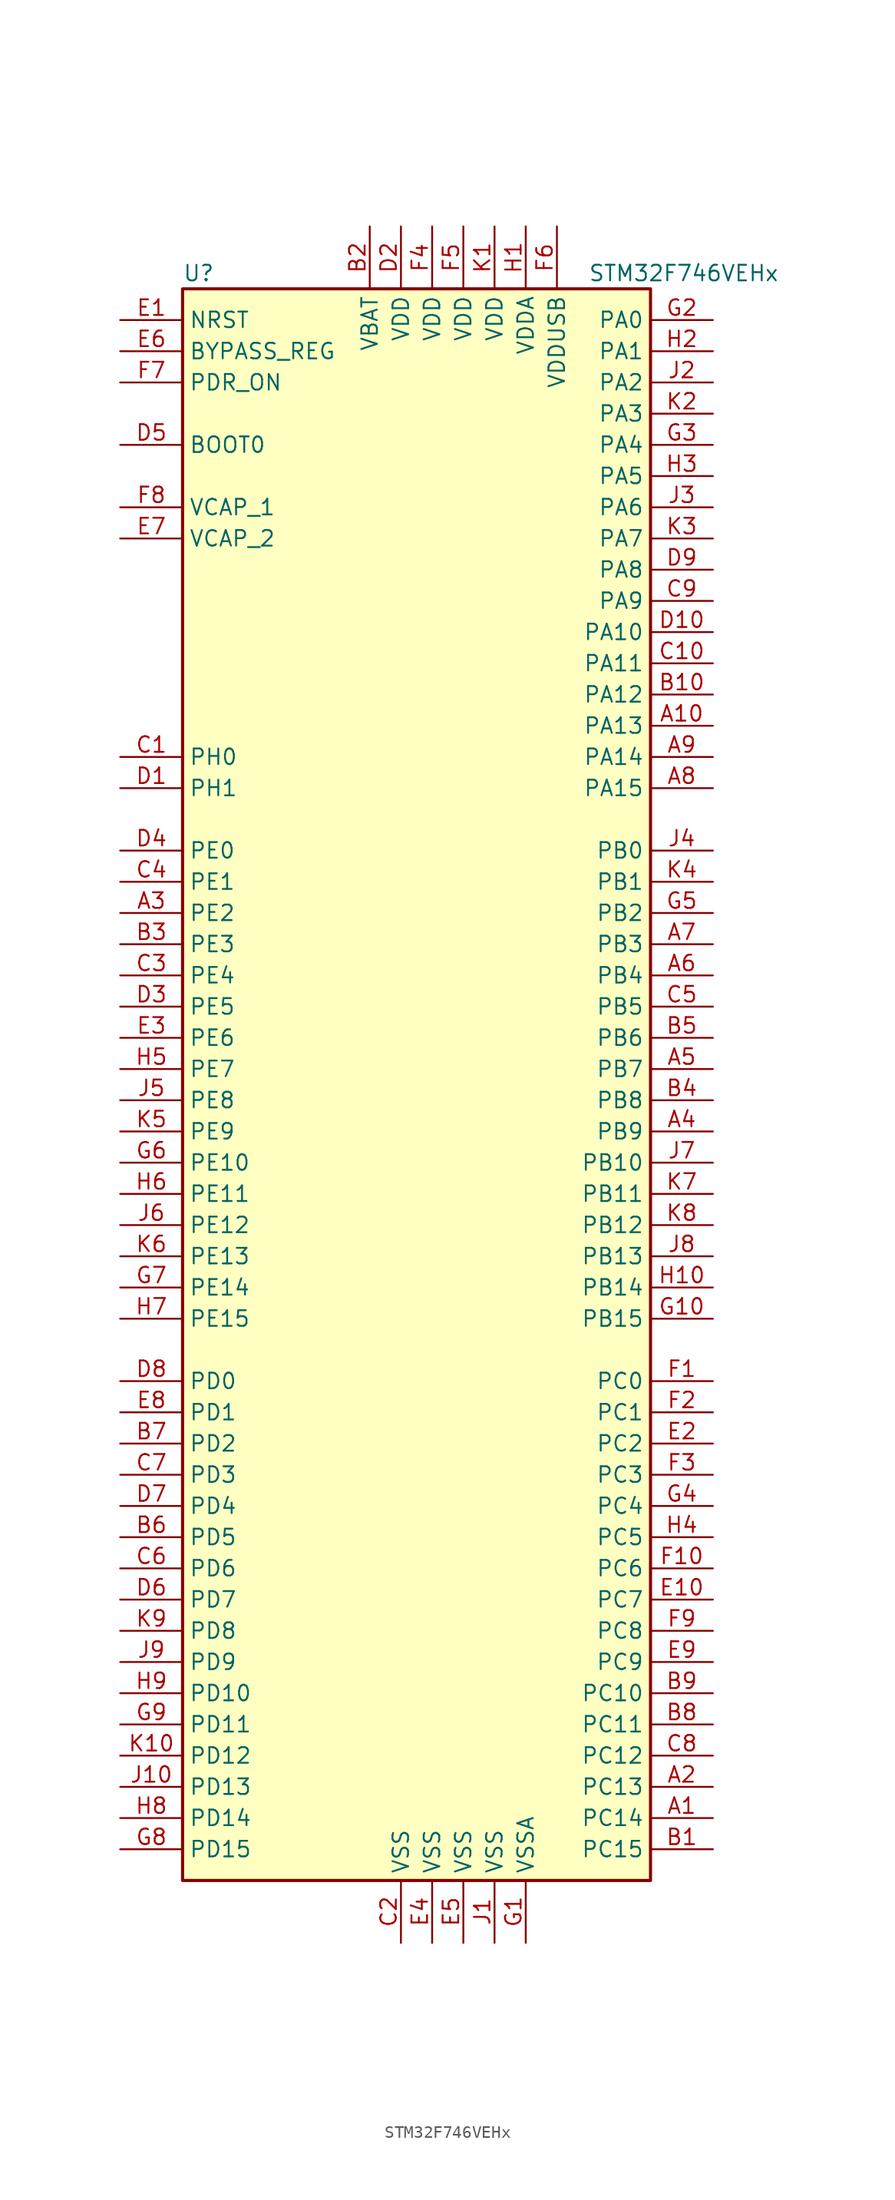
<source format=kicad_sym>
(kicad_symbol_lib
  (version 20211014)
  (generator kicad_symbol_editor)
  (symbol "STM32F746VEHx"
    (property "Reference" "U"
      (at -20.32 64.77 0)
      (effects (font (size 1.27 1.27)) (justify left)))
    (property "Value" "STM32F746VEHx"
      (at 12.7 64.77 0)
      (effects (font (size 1.27 1.27)) (justify left)))
    (symbol "STM32F746VEHx_0_1"
      (rectangle (start -20.32 -66.04) (end 17.78 63.5) (stroke (width 0.254) (type default) (color 0 0 0 0)) (fill (type background))))
    (symbol "STM32F746VEHx_1_1"
      (pin bidirectional line (at 22.86 -60.96 180) (length 5.08) (name "PC14" (effects (font (size 1.27 1.27)))) (number "A1" (effects (font (size 1.27 1.27)))))
      (pin bidirectional line (at 22.86 27.94 180) (length 5.08) (name "PA13" (effects (font (size 1.27 1.27)))) (number "A10" (effects (font (size 1.27 1.27)))))
      (pin bidirectional line (at 22.86 -58.42 180) (length 5.08) (name "PC13" (effects (font (size 1.27 1.27)))) (number "A2" (effects (font (size 1.27 1.27)))))
      (pin bidirectional line (at -25.4 12.7 0) (length 5.08) (name "PE2" (effects (font (size 1.27 1.27)))) (number "A3" (effects (font (size 1.27 1.27)))))
      (pin bidirectional line (at 22.86 -5.08 180) (length 5.08) (name "PB9" (effects (font (size 1.27 1.27)))) (number "A4" (effects (font (size 1.27 1.27)))))
      (pin bidirectional line (at 22.86 0 180) (length 5.08) (name "PB7" (effects (font (size 1.27 1.27)))) (number "A5" (effects (font (size 1.27 1.27)))))
      (pin bidirectional line (at 22.86 7.62 180) (length 5.08) (name "PB4" (effects (font (size 1.27 1.27)))) (number "A6" (effects (font (size 1.27 1.27)))))
      (pin bidirectional line (at 22.86 10.16 180) (length 5.08) (name "PB3" (effects (font (size 1.27 1.27)))) (number "A7" (effects (font (size 1.27 1.27)))))
      (pin bidirectional line (at 22.86 22.86 180) (length 5.08) (name "PA15" (effects (font (size 1.27 1.27)))) (number "A8" (effects (font (size 1.27 1.27)))))
      (pin bidirectional line (at 22.86 25.4 180) (length 5.08) (name "PA14" (effects (font (size 1.27 1.27)))) (number "A9" (effects (font (size 1.27 1.27)))))
      (pin bidirectional line (at 22.86 -63.5 180) (length 5.08) (name "PC15" (effects (font (size 1.27 1.27)))) (number "B1" (effects (font (size 1.27 1.27)))))
      (pin bidirectional line (at 22.86 30.48 180) (length 5.08) (name "PA12" (effects (font (size 1.27 1.27)))) (number "B10" (effects (font (size 1.27 1.27)))))
      (pin power_in line (at -5.08 68.58 270) (length 5.08) (name "VBAT" (effects (font (size 1.27 1.27)))) (number "B2" (effects (font (size 1.27 1.27)))))
      (pin bidirectional line (at -25.4 10.16 0) (length 5.08) (name "PE3" (effects (font (size 1.27 1.27)))) (number "B3" (effects (font (size 1.27 1.27)))))
      (pin bidirectional line (at 22.86 -2.54 180) (length 5.08) (name "PB8" (effects (font (size 1.27 1.27)))) (number "B4" (effects (font (size 1.27 1.27)))))
      (pin bidirectional line (at 22.86 2.54 180) (length 5.08) (name "PB6" (effects (font (size 1.27 1.27)))) (number "B5" (effects (font (size 1.27 1.27)))))
      (pin bidirectional line (at -25.4 -38.1 0) (length 5.08) (name "PD5" (effects (font (size 1.27 1.27)))) (number "B6" (effects (font (size 1.27 1.27)))))
      (pin bidirectional line (at -25.4 -30.48 0) (length 5.08) (name "PD2" (effects (font (size 1.27 1.27)))) (number "B7" (effects (font (size 1.27 1.27)))))
      (pin bidirectional line (at 22.86 -53.34 180) (length 5.08) (name "PC11" (effects (font (size 1.27 1.27)))) (number "B8" (effects (font (size 1.27 1.27)))))
      (pin bidirectional line (at 22.86 -50.8 180) (length 5.08) (name "PC10" (effects (font (size 1.27 1.27)))) (number "B9" (effects (font (size 1.27 1.27)))))
      (pin input line (at -25.4 25.4 0) (length 5.08) (name "PH0" (effects (font (size 1.27 1.27)))) (number "C1" (effects (font (size 1.27 1.27)))))
      (pin bidirectional line (at 22.86 33.02 180) (length 5.08) (name "PA11" (effects (font (size 1.27 1.27)))) (number "C10" (effects (font (size 1.27 1.27)))))
      (pin power_in line (at -2.54 -71.12 90) (length 5.08) (name "VSS" (effects (font (size 1.27 1.27)))) (number "C2" (effects (font (size 1.27 1.27)))))
      (pin bidirectional line (at -25.4 7.62 0) (length 5.08) (name "PE4" (effects (font (size 1.27 1.27)))) (number "C3" (effects (font (size 1.27 1.27)))))
      (pin bidirectional line (at -25.4 15.24 0) (length 5.08) (name "PE1" (effects (font (size 1.27 1.27)))) (number "C4" (effects (font (size 1.27 1.27)))))
      (pin bidirectional line (at 22.86 5.08 180) (length 5.08) (name "PB5" (effects (font (size 1.27 1.27)))) (number "C5" (effects (font (size 1.27 1.27)))))
      (pin bidirectional line (at -25.4 -40.64 0) (length 5.08) (name "PD6" (effects (font (size 1.27 1.27)))) (number "C6" (effects (font (size 1.27 1.27)))))
      (pin bidirectional line (at -25.4 -33.02 0) (length 5.08) (name "PD3" (effects (font (size 1.27 1.27)))) (number "C7" (effects (font (size 1.27 1.27)))))
      (pin bidirectional line (at 22.86 -55.88 180) (length 5.08) (name "PC12" (effects (font (size 1.27 1.27)))) (number "C8" (effects (font (size 1.27 1.27)))))
      (pin bidirectional line (at 22.86 38.1 180) (length 5.08) (name "PA9" (effects (font (size 1.27 1.27)))) (number "C9" (effects (font (size 1.27 1.27)))))
      (pin input line (at -25.4 22.86 0) (length 5.08) (name "PH1" (effects (font (size 1.27 1.27)))) (number "D1" (effects (font (size 1.27 1.27)))))
      (pin bidirectional line (at 22.86 35.56 180) (length 5.08) (name "PA10" (effects (font (size 1.27 1.27)))) (number "D10" (effects (font (size 1.27 1.27)))))
      (pin power_in line (at -2.54 68.58 270) (length 5.08) (name "VDD" (effects (font (size 1.27 1.27)))) (number "D2" (effects (font (size 1.27 1.27)))))
      (pin bidirectional line (at -25.4 5.08 0) (length 5.08) (name "PE5" (effects (font (size 1.27 1.27)))) (number "D3" (effects (font (size 1.27 1.27)))))
      (pin bidirectional line (at -25.4 17.78 0) (length 5.08) (name "PE0" (effects (font (size 1.27 1.27)))) (number "D4" (effects (font (size 1.27 1.27)))))
      (pin input line (at -25.4 50.8 0) (length 5.08) (name "BOOT0" (effects (font (size 1.27 1.27)))) (number "D5" (effects (font (size 1.27 1.27)))))
      (pin bidirectional line (at -25.4 -43.18 0) (length 5.08) (name "PD7" (effects (font (size 1.27 1.27)))) (number "D6" (effects (font (size 1.27 1.27)))))
      (pin bidirectional line (at -25.4 -35.56 0) (length 5.08) (name "PD4" (effects (font (size 1.27 1.27)))) (number "D7" (effects (font (size 1.27 1.27)))))
      (pin bidirectional line (at -25.4 -25.4 0) (length 5.08) (name "PD0" (effects (font (size 1.27 1.27)))) (number "D8" (effects (font (size 1.27 1.27)))))
      (pin bidirectional line (at 22.86 40.64 180) (length 5.08) (name "PA8" (effects (font (size 1.27 1.27)))) (number "D9" (effects (font (size 1.27 1.27)))))
      (pin input line (at -25.4 60.96 0) (length 5.08) (name "NRST" (effects (font (size 1.27 1.27)))) (number "E1" (effects (font (size 1.27 1.27)))))
      (pin bidirectional line (at 22.86 -43.18 180) (length 5.08) (name "PC7" (effects (font (size 1.27 1.27)))) (number "E10" (effects (font (size 1.27 1.27)))))
      (pin bidirectional line (at 22.86 -30.48 180) (length 5.08) (name "PC2" (effects (font (size 1.27 1.27)))) (number "E2" (effects (font (size 1.27 1.27)))))
      (pin bidirectional line (at -25.4 2.54 0) (length 5.08) (name "PE6" (effects (font (size 1.27 1.27)))) (number "E3" (effects (font (size 1.27 1.27)))))
      (pin power_in line (at 0 -71.12 90) (length 5.08) (name "VSS" (effects (font (size 1.27 1.27)))) (number "E4" (effects (font (size 1.27 1.27)))))
      (pin power_in line (at 2.54 -71.12 90) (length 5.08) (name "VSS" (effects (font (size 1.27 1.27)))) (number "E5" (effects (font (size 1.27 1.27)))))
      (pin input line (at -25.4 58.42 0) (length 5.08) (name "BYPASS_REG" (effects (font (size 1.27 1.27)))) (number "E6" (effects (font (size 1.27 1.27)))))
      (pin power_in line (at -25.4 43.18 0) (length 5.08) (name "VCAP_2" (effects (font (size 1.27 1.27)))) (number "E7" (effects (font (size 1.27 1.27)))))
      (pin bidirectional line (at -25.4 -27.94 0) (length 5.08) (name "PD1" (effects (font (size 1.27 1.27)))) (number "E8" (effects (font (size 1.27 1.27)))))
      (pin bidirectional line (at 22.86 -48.26 180) (length 5.08) (name "PC9" (effects (font (size 1.27 1.27)))) (number "E9" (effects (font (size 1.27 1.27)))))
      (pin bidirectional line (at 22.86 -25.4 180) (length 5.08) (name "PC0" (effects (font (size 1.27 1.27)))) (number "F1" (effects (font (size 1.27 1.27)))))
      (pin bidirectional line (at 22.86 -40.64 180) (length 5.08) (name "PC6" (effects (font (size 1.27 1.27)))) (number "F10" (effects (font (size 1.27 1.27)))))
      (pin bidirectional line (at 22.86 -27.94 180) (length 5.08) (name "PC1" (effects (font (size 1.27 1.27)))) (number "F2" (effects (font (size 1.27 1.27)))))
      (pin bidirectional line (at 22.86 -33.02 180) (length 5.08) (name "PC3" (effects (font (size 1.27 1.27)))) (number "F3" (effects (font (size 1.27 1.27)))))
      (pin power_in line (at 0 68.58 270) (length 5.08) (name "VDD" (effects (font (size 1.27 1.27)))) (number "F4" (effects (font (size 1.27 1.27)))))
      (pin power_in line (at 2.54 68.58 270) (length 5.08) (name "VDD" (effects (font (size 1.27 1.27)))) (number "F5" (effects (font (size 1.27 1.27)))))
      (pin power_in line (at 10.16 68.58 270) (length 5.08) (name "VDDUSB" (effects (font (size 1.27 1.27)))) (number "F6" (effects (font (size 1.27 1.27)))))
      (pin input line (at -25.4 55.88 0) (length 5.08) (name "PDR_ON" (effects (font (size 1.27 1.27)))) (number "F7" (effects (font (size 1.27 1.27)))))
      (pin power_in line (at -25.4 45.72 0) (length 5.08) (name "VCAP_1" (effects (font (size 1.27 1.27)))) (number "F8" (effects (font (size 1.27 1.27)))))
      (pin bidirectional line (at 22.86 -45.72 180) (length 5.08) (name "PC8" (effects (font (size 1.27 1.27)))) (number "F9" (effects (font (size 1.27 1.27)))))
      (pin power_in line (at 7.62 -71.12 90) (length 5.08) (name "VSSA" (effects (font (size 1.27 1.27)))) (number "G1" (effects (font (size 1.27 1.27)))))
      (pin bidirectional line (at 22.86 -20.32 180) (length 5.08) (name "PB15" (effects (font (size 1.27 1.27)))) (number "G10" (effects (font (size 1.27 1.27)))))
      (pin bidirectional line (at 22.86 60.96 180) (length 5.08) (name "PA0" (effects (font (size 1.27 1.27)))) (number "G2" (effects (font (size 1.27 1.27)))))
      (pin bidirectional line (at 22.86 50.8 180) (length 5.08) (name "PA4" (effects (font (size 1.27 1.27)))) (number "G3" (effects (font (size 1.27 1.27)))))
      (pin bidirectional line (at 22.86 -35.56 180) (length 5.08) (name "PC4" (effects (font (size 1.27 1.27)))) (number "G4" (effects (font (size 1.27 1.27)))))
      (pin bidirectional line (at 22.86 12.7 180) (length 5.08) (name "PB2" (effects (font (size 1.27 1.27)))) (number "G5" (effects (font (size 1.27 1.27)))))
      (pin bidirectional line (at -25.4 -7.62 0) (length 5.08) (name "PE10" (effects (font (size 1.27 1.27)))) (number "G6" (effects (font (size 1.27 1.27)))))
      (pin bidirectional line (at -25.4 -17.78 0) (length 5.08) (name "PE14" (effects (font (size 1.27 1.27)))) (number "G7" (effects (font (size 1.27 1.27)))))
      (pin bidirectional line (at -25.4 -63.5 0) (length 5.08) (name "PD15" (effects (font (size 1.27 1.27)))) (number "G8" (effects (font (size 1.27 1.27)))))
      (pin bidirectional line (at -25.4 -53.34 0) (length 5.08) (name "PD11" (effects (font (size 1.27 1.27)))) (number "G9" (effects (font (size 1.27 1.27)))))
      (pin power_in line (at 7.62 68.58 270) (length 5.08) (name "VDDA" (effects (font (size 1.27 1.27)))) (number "H1" (effects (font (size 1.27 1.27)))))
      (pin bidirectional line (at 22.86 -17.78 180) (length 5.08) (name "PB14" (effects (font (size 1.27 1.27)))) (number "H10" (effects (font (size 1.27 1.27)))))
      (pin bidirectional line (at 22.86 58.42 180) (length 5.08) (name "PA1" (effects (font (size 1.27 1.27)))) (number "H2" (effects (font (size 1.27 1.27)))))
      (pin bidirectional line (at 22.86 48.26 180) (length 5.08) (name "PA5" (effects (font (size 1.27 1.27)))) (number "H3" (effects (font (size 1.27 1.27)))))
      (pin bidirectional line (at 22.86 -38.1 180) (length 5.08) (name "PC5" (effects (font (size 1.27 1.27)))) (number "H4" (effects (font (size 1.27 1.27)))))
      (pin bidirectional line (at -25.4 0 0) (length 5.08) (name "PE7" (effects (font (size 1.27 1.27)))) (number "H5" (effects (font (size 1.27 1.27)))))
      (pin bidirectional line (at -25.4 -10.16 0) (length 5.08) (name "PE11" (effects (font (size 1.27 1.27)))) (number "H6" (effects (font (size 1.27 1.27)))))
      (pin bidirectional line (at -25.4 -20.32 0) (length 5.08) (name "PE15" (effects (font (size 1.27 1.27)))) (number "H7" (effects (font (size 1.27 1.27)))))
      (pin bidirectional line (at -25.4 -60.96 0) (length 5.08) (name "PD14" (effects (font (size 1.27 1.27)))) (number "H8" (effects (font (size 1.27 1.27)))))
      (pin bidirectional line (at -25.4 -50.8 0) (length 5.08) (name "PD10" (effects (font (size 1.27 1.27)))) (number "H9" (effects (font (size 1.27 1.27)))))
      (pin power_in line (at 5.08 -71.12 90) (length 5.08) (name "VSS" (effects (font (size 1.27 1.27)))) (number "J1" (effects (font (size 1.27 1.27)))))
      (pin bidirectional line (at -25.4 -58.42 0) (length 5.08) (name "PD13" (effects (font (size 1.27 1.27)))) (number "J10" (effects (font (size 1.27 1.27)))))
      (pin bidirectional line (at 22.86 55.88 180) (length 5.08) (name "PA2" (effects (font (size 1.27 1.27)))) (number "J2" (effects (font (size 1.27 1.27)))))
      (pin bidirectional line (at 22.86 45.72 180) (length 5.08) (name "PA6" (effects (font (size 1.27 1.27)))) (number "J3" (effects (font (size 1.27 1.27)))))
      (pin bidirectional line (at 22.86 17.78 180) (length 5.08) (name "PB0" (effects (font (size 1.27 1.27)))) (number "J4" (effects (font (size 1.27 1.27)))))
      (pin bidirectional line (at -25.4 -2.54 0) (length 5.08) (name "PE8" (effects (font (size 1.27 1.27)))) (number "J5" (effects (font (size 1.27 1.27)))))
      (pin bidirectional line (at -25.4 -12.7 0) (length 5.08) (name "PE12" (effects (font (size 1.27 1.27)))) (number "J6" (effects (font (size 1.27 1.27)))))
      (pin bidirectional line (at 22.86 -7.62 180) (length 5.08) (name "PB10" (effects (font (size 1.27 1.27)))) (number "J7" (effects (font (size 1.27 1.27)))))
      (pin bidirectional line (at 22.86 -15.24 180) (length 5.08) (name "PB13" (effects (font (size 1.27 1.27)))) (number "J8" (effects (font (size 1.27 1.27)))))
      (pin bidirectional line (at -25.4 -48.26 0) (length 5.08) (name "PD9" (effects (font (size 1.27 1.27)))) (number "J9" (effects (font (size 1.27 1.27)))))
      (pin power_in line (at 5.08 68.58 270) (length 5.08) (name "VDD" (effects (font (size 1.27 1.27)))) (number "K1" (effects (font (size 1.27 1.27)))))
      (pin bidirectional line (at -25.4 -55.88 0) (length 5.08) (name "PD12" (effects (font (size 1.27 1.27)))) (number "K10" (effects (font (size 1.27 1.27)))))
      (pin bidirectional line (at 22.86 53.34 180) (length 5.08) (name "PA3" (effects (font (size 1.27 1.27)))) (number "K2" (effects (font (size 1.27 1.27)))))
      (pin bidirectional line (at 22.86 43.18 180) (length 5.08) (name "PA7" (effects (font (size 1.27 1.27)))) (number "K3" (effects (font (size 1.27 1.27)))))
      (pin bidirectional line (at 22.86 15.24 180) (length 5.08) (name "PB1" (effects (font (size 1.27 1.27)))) (number "K4" (effects (font (size 1.27 1.27)))))
      (pin bidirectional line (at -25.4 -5.08 0) (length 5.08) (name "PE9" (effects (font (size 1.27 1.27)))) (number "K5" (effects (font (size 1.27 1.27)))))
      (pin bidirectional line (at -25.4 -15.24 0) (length 5.08) (name "PE13" (effects (font (size 1.27 1.27)))) (number "K6" (effects (font (size 1.27 1.27)))))
      (pin bidirectional line (at 22.86 -10.16 180) (length 5.08) (name "PB11" (effects (font (size 1.27 1.27)))) (number "K7" (effects (font (size 1.27 1.27)))))
      (pin bidirectional line (at 22.86 -12.7 180) (length 5.08) (name "PB12" (effects (font (size 1.27 1.27)))) (number "K8" (effects (font (size 1.27 1.27)))))
      (pin bidirectional line (at -25.4 -45.72 0) (length 5.08) (name "PD8" (effects (font (size 1.27 1.27)))) (number "K9" (effects (font (size 1.27 1.27))))))))
</source>
